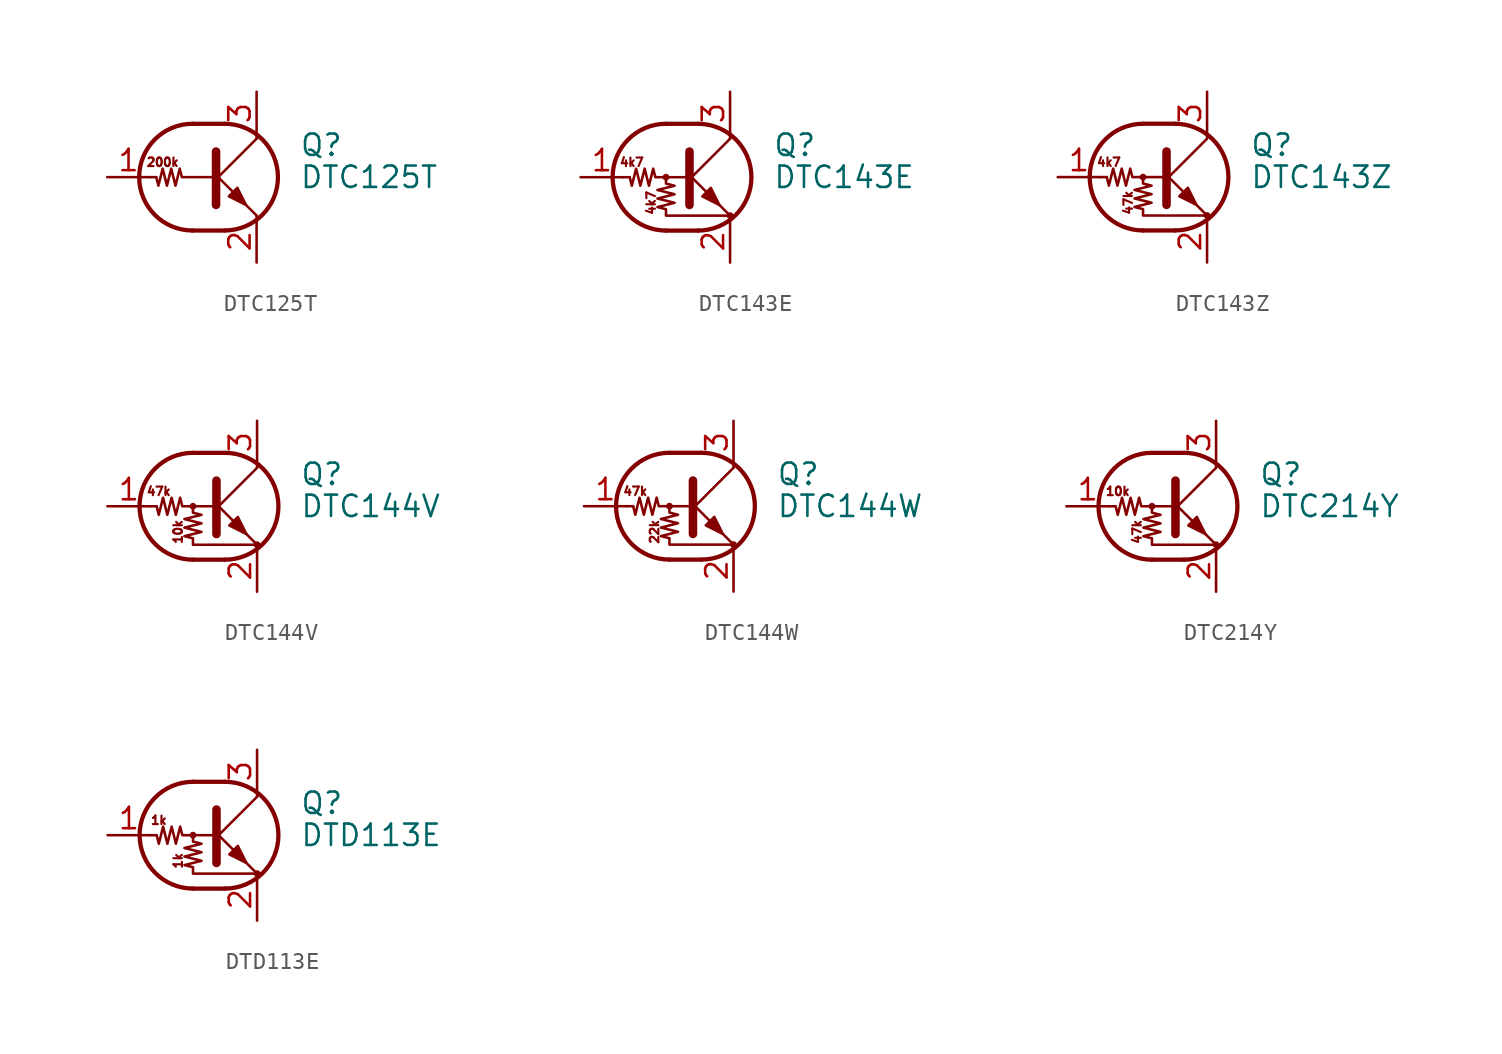
<source format=kicad_sym>
(kicad_symbol_lib
  (version 20201005)
  (generator kicad_symbol_editor)
  (symbol "DTC125T"
    (pin_names
      (offset 0) hide)
    (property "Reference" "Q"
      (at 5.08 1.905 0)
      (effects (font (size 1.27 1.27)) (justify left)))
    (property "Value" "DTC125T"
      (at 5.08 0 0)
      (effects (font (size 1.27 1.27)) (justify left)))
    (symbol "DTC125T_0_0"
      (text "200k" (at -3.048 0.889 0) (effects (font (size 0.508 0.508))))
      (polyline (pts (xy 2.54 -2.286) (xy 2.54 -2.54)) (stroke (width 0)) (fill (type none))))
    (symbol "DTC125T_0_1"
      (arc (start -1.27 3.175) (end -1.27 -3.175) (radius (at -1.27 0) (length 3.175) (angles 90.1 -90.1)) (stroke (width 0.254)) (fill (type none)))
      (arc (start 0.635 -3.175) (end 0.635 3.175) (radius (at 0.635 0) (length 3.175) (angles -89.9 89.9)) (stroke (width 0.254)) (fill (type none)))
      (polyline (pts (xy -3.429 0) (xy -3.81 0)) (stroke (width 0)) (fill (type none)))
      (polyline (pts (xy -1.27 -3.175) (xy 0.635 -3.175)) (stroke (width 0.254)) (fill (type none)))
      (polyline (pts (xy -1.27 3.175) (xy 0.635 3.175)) (stroke (width 0.254)) (fill (type none)))
      (polyline (pts (xy 0 -0.254) (xy 2.54 2.286)) (stroke (width 0)) (fill (type none)))
      (polyline (pts (xy 2.54 2.286) (xy 2.54 2.54)) (stroke (width 0)) (fill (type none)))
      (polyline (pts (xy 2.54 -2.286) (xy 0 0.254) (xy 0 0.254)) (stroke (width 0)) (fill (type none)))
      (polyline (pts (xy 0 0) (xy -1.905 0) (xy -2.032 0.508) (xy -2.286 -0.508) (xy -2.54 0.508) (xy -2.794 -0.508) (xy -3.048 0.508) (xy -3.302 -0.508) (xy -3.429 0)) (stroke (width 0)) (fill (type none)))
      (polyline (pts (xy 0.127 1.524) (xy 0.127 -1.651)) (stroke (width 0.508)) (fill (type outline)))
      (polyline (pts (xy 0.889 -1.143) (xy 1.397 -0.635) (xy 1.905 -1.651) (xy 0.889 -1.143)) (stroke (width 0)) (fill (type outline))))
    (symbol "DTC125T_1_1"
      (pin input line (at -6.35 0 0) (length 2.54) (name "B" (effects (font (size 1.27 1.27)))) (number "1" (effects (font (size 1.27 1.27)))))
      (pin passive line (at 2.54 -5.08 90) (length 2.54) (name "E" (effects (font (size 1.27 1.27)))) (number "2" (effects (font (size 1.27 1.27)))))
      (pin passive line (at 2.54 5.08 270) (length 2.54) (name "C" (effects (font (size 1.27 1.27)))) (number "3" (effects (font (size 1.27 1.27)))))))
  (symbol "DTC143E"
    (pin_names
      (offset 0) hide)
    (property "Reference" "Q"
      (at 5.08 1.905 0)
      (effects (font (size 1.27 1.27)) (justify left)))
    (property "Value" "DTC143E"
      (at 5.08 0 0)
      (effects (font (size 1.27 1.27)) (justify left)))
    (symbol "DTC143E_0_0"
      (text "4k7" (at -3.302 0.889 0) (effects (font (size 0.508 0.508))))
      (text "4k7" (at -2.159 -1.524 900) (effects (font (size 0.508 0.508)))))
    (symbol "DTC143E_0_1"
      (arc (start -1.27 3.175) (end -1.27 -3.175) (radius (at -1.27 0) (length 3.175) (angles 90.1 -90.1)) (stroke (width 0.254)) (fill (type none)))
      (arc (start 0.635 -3.175) (end 0.635 3.175) (radius (at 0.635 0) (length 3.175) (angles -89.9 89.9)) (stroke (width 0.254)) (fill (type none)))
      (circle (center -1.27 0) (radius 0.127) (stroke (width 0)) (fill (type none)))
      (circle (center 2.54 -2.286) (radius 0.127) (stroke (width 0)) (fill (type none)))
      (polyline (pts (xy -3.429 0) (xy -3.81 0)) (stroke (width 0)) (fill (type none)))
      (polyline (pts (xy -1.27 -3.175) (xy 0.635 -3.175)) (stroke (width 0.254)) (fill (type none)))
      (polyline (pts (xy -1.27 3.175) (xy 0.635 3.175)) (stroke (width 0.254)) (fill (type none)))
      (polyline (pts (xy 0 -0.254) (xy 2.54 2.286)) (stroke (width 0)) (fill (type none)))
      (polyline (pts (xy 2.54 2.286) (xy 2.54 2.54)) (stroke (width 0)) (fill (type none)))
      (polyline (pts (xy 2.54 -2.286) (xy 0 0.254) (xy 0 0.254)) (stroke (width 0)) (fill (type none)))
      (polyline (pts (xy 0 0) (xy -1.905 0) (xy -2.032 0.508) (xy -2.286 -0.508) (xy -2.54 0.508) (xy -2.794 -0.508) (xy -3.048 0.508) (xy -3.302 -0.508) (xy -3.429 0)) (stroke (width 0)) (fill (type none)))
      (polyline (pts (xy -1.27 0) (xy -1.27 -0.381) (xy -0.762 -0.508) (xy -1.778 -0.762) (xy -0.762 -1.016) (xy -1.778 -1.27) (xy -0.762 -1.524) (xy -1.778 -1.778) (xy -1.27 -1.905) (xy -1.27 -2.286) (xy 2.54 -2.286)) (stroke (width 0)) (fill (type none)))
      (polyline (pts (xy 0.127 1.524) (xy 0.127 -1.651)) (stroke (width 0.508)) (fill (type outline)))
      (polyline (pts (xy 0.889 -1.143) (xy 1.397 -0.635) (xy 1.905 -1.651) (xy 0.889 -1.143)) (stroke (width 0)) (fill (type outline))))
    (symbol "DTC143E_1_1"
      (pin input line (at -6.35 0 0) (length 2.54) (name "B" (effects (font (size 1.27 1.27)))) (number "1" (effects (font (size 1.27 1.27)))))
      (pin passive line (at 2.54 -5.08 90) (length 2.54) (name "E" (effects (font (size 1.27 1.27)))) (number "2" (effects (font (size 1.27 1.27)))))
      (pin passive line (at 2.54 5.08 270) (length 2.54) (name "C" (effects (font (size 1.27 1.27)))) (number "3" (effects (font (size 1.27 1.27)))))))
  (symbol "DTC143Z"
    (pin_names
      (offset 0) hide)
    (property "Reference" "Q"
      (at 5.08 1.905 0)
      (effects (font (size 1.27 1.27)) (justify left)))
    (property "Value" "DTC143Z"
      (at 5.08 0 0)
      (effects (font (size 1.27 1.27)) (justify left)))
    (symbol "DTC143Z_0_0"
      (text "47k" (at -2.159 -1.524 900) (effects (font (size 0.508 0.508))))
      (text "4k7" (at -3.302 0.889 0) (effects (font (size 0.508 0.508)))))
    (symbol "DTC143Z_0_1"
      (arc (start -1.27 3.175) (end -1.27 -3.175) (radius (at -1.27 0) (length 3.175) (angles 90.1 -90.1)) (stroke (width 0.254)) (fill (type none)))
      (arc (start 0.635 -3.175) (end 0.635 3.175) (radius (at 0.635 0) (length 3.175) (angles -89.9 89.9)) (stroke (width 0.254)) (fill (type none)))
      (circle (center -1.27 0) (radius 0.127) (stroke (width 0)) (fill (type none)))
      (circle (center 2.54 -2.286) (radius 0.127) (stroke (width 0)) (fill (type none)))
      (polyline (pts (xy -3.429 0) (xy -3.81 0)) (stroke (width 0)) (fill (type none)))
      (polyline (pts (xy -1.27 -3.175) (xy 0.635 -3.175)) (stroke (width 0.254)) (fill (type none)))
      (polyline (pts (xy -1.27 3.175) (xy 0.635 3.175)) (stroke (width 0.254)) (fill (type none)))
      (polyline (pts (xy 0 -0.254) (xy 2.54 2.286)) (stroke (width 0)) (fill (type none)))
      (polyline (pts (xy 2.54 2.286) (xy 2.54 2.54)) (stroke (width 0)) (fill (type none)))
      (polyline (pts (xy 2.54 -2.286) (xy 0 0.254) (xy 0 0.254)) (stroke (width 0)) (fill (type none)))
      (polyline (pts (xy 0 0) (xy -1.905 0) (xy -2.032 0.508) (xy -2.286 -0.508) (xy -2.54 0.508) (xy -2.794 -0.508) (xy -3.048 0.508) (xy -3.302 -0.508) (xy -3.429 0)) (stroke (width 0)) (fill (type none)))
      (polyline (pts (xy -1.27 0) (xy -1.27 -0.381) (xy -0.762 -0.508) (xy -1.778 -0.762) (xy -0.762 -1.016) (xy -1.778 -1.27) (xy -0.762 -1.524) (xy -1.778 -1.778) (xy -1.27 -1.905) (xy -1.27 -2.286) (xy 2.54 -2.286)) (stroke (width 0)) (fill (type none)))
      (polyline (pts (xy 0.127 1.524) (xy 0.127 -1.651)) (stroke (width 0.508)) (fill (type outline)))
      (polyline (pts (xy 0.889 -1.143) (xy 1.397 -0.635) (xy 1.905 -1.651) (xy 0.889 -1.143)) (stroke (width 0)) (fill (type outline))))
    (symbol "DTC143Z_1_1"
      (pin input line (at -6.35 0 0) (length 2.54) (name "B" (effects (font (size 1.27 1.27)))) (number "1" (effects (font (size 1.27 1.27)))))
      (pin passive line (at 2.54 -5.08 90) (length 2.54) (name "E" (effects (font (size 1.27 1.27)))) (number "2" (effects (font (size 1.27 1.27)))))
      (pin passive line (at 2.54 5.08 270) (length 2.54) (name "C" (effects (font (size 1.27 1.27)))) (number "3" (effects (font (size 1.27 1.27)))))))
  (symbol "DTC144V"
    (pin_names
      (offset 0) hide)
    (property "Reference" "Q"
      (at 5.08 1.905 0)
      (effects (font (size 1.27 1.27)) (justify left)))
    (property "Value" "DTC144V"
      (at 5.08 0 0)
      (effects (font (size 1.27 1.27)) (justify left)))
    (symbol "DTC144V_0_0"
      (text "10k" (at -2.159 -1.524 900) (effects (font (size 0.508 0.508))))
      (text "47k" (at -3.302 0.889 0) (effects (font (size 0.508 0.508)))))
    (symbol "DTC144V_0_1"
      (arc (start -1.27 3.175) (end -1.27 -3.175) (radius (at -1.27 0) (length 3.175) (angles 90.1 -90.1)) (stroke (width 0.254)) (fill (type none)))
      (arc (start 0.635 -3.175) (end 0.635 3.175) (radius (at 0.635 0) (length 3.175) (angles -89.9 89.9)) (stroke (width 0.254)) (fill (type none)))
      (circle (center -1.27 0) (radius 0.127) (stroke (width 0)) (fill (type none)))
      (circle (center 2.54 -2.286) (radius 0.127) (stroke (width 0)) (fill (type none)))
      (polyline (pts (xy -3.429 0) (xy -3.81 0)) (stroke (width 0)) (fill (type none)))
      (polyline (pts (xy -1.27 -3.175) (xy 0.635 -3.175)) (stroke (width 0.254)) (fill (type none)))
      (polyline (pts (xy -1.27 3.175) (xy 0.635 3.175)) (stroke (width 0.254)) (fill (type none)))
      (polyline (pts (xy 0 -0.254) (xy 2.54 2.286)) (stroke (width 0)) (fill (type none)))
      (polyline (pts (xy 2.54 2.286) (xy 2.54 2.54)) (stroke (width 0)) (fill (type none)))
      (polyline (pts (xy 2.54 -2.286) (xy 0 0.254) (xy 0 0.254)) (stroke (width 0)) (fill (type none)))
      (polyline (pts (xy 0 0) (xy -1.905 0) (xy -2.032 0.508) (xy -2.286 -0.508) (xy -2.54 0.508) (xy -2.794 -0.508) (xy -3.048 0.508) (xy -3.302 -0.508) (xy -3.429 0)) (stroke (width 0)) (fill (type none)))
      (polyline (pts (xy -1.27 0) (xy -1.27 -0.381) (xy -0.762 -0.508) (xy -1.778 -0.762) (xy -0.762 -1.016) (xy -1.778 -1.27) (xy -0.762 -1.524) (xy -1.778 -1.778) (xy -1.27 -1.905) (xy -1.27 -2.286) (xy 2.54 -2.286)) (stroke (width 0)) (fill (type none)))
      (polyline (pts (xy 0.127 1.524) (xy 0.127 -1.651)) (stroke (width 0.508)) (fill (type outline)))
      (polyline (pts (xy 0.889 -1.143) (xy 1.397 -0.635) (xy 1.905 -1.651) (xy 0.889 -1.143)) (stroke (width 0)) (fill (type outline))))
    (symbol "DTC144V_1_1"
      (pin input line (at -6.35 0 0) (length 2.54) (name "B" (effects (font (size 1.27 1.27)))) (number "1" (effects (font (size 1.27 1.27)))))
      (pin passive line (at 2.54 -5.08 90) (length 2.54) (name "E" (effects (font (size 1.27 1.27)))) (number "2" (effects (font (size 1.27 1.27)))))
      (pin passive line (at 2.54 5.08 270) (length 2.54) (name "C" (effects (font (size 1.27 1.27)))) (number "3" (effects (font (size 1.27 1.27)))))))
  (symbol "DTC144W"
    (pin_names
      (offset 0) hide)
    (property "Reference" "Q"
      (at 5.08 1.905 0)
      (effects (font (size 1.27 1.27)) (justify left)))
    (property "Value" "DTC144W"
      (at 5.08 0 0)
      (effects (font (size 1.27 1.27)) (justify left)))
    (symbol "DTC144W_0_0"
      (text "22k" (at -2.159 -1.524 900) (effects (font (size 0.508 0.508))))
      (text "47k" (at -3.302 0.889 0) (effects (font (size 0.508 0.508)))))
    (symbol "DTC144W_0_1"
      (arc (start -1.27 3.175) (end -1.27 -3.175) (radius (at -1.27 0) (length 3.175) (angles 90.1 -90.1)) (stroke (width 0.254)) (fill (type none)))
      (arc (start 0.635 -3.175) (end 0.635 3.175) (radius (at 0.635 0) (length 3.175) (angles -89.9 89.9)) (stroke (width 0.254)) (fill (type none)))
      (circle (center -1.27 0) (radius 0.127) (stroke (width 0)) (fill (type none)))
      (circle (center 2.54 -2.286) (radius 0.127) (stroke (width 0)) (fill (type none)))
      (polyline (pts (xy -3.429 0) (xy -3.81 0)) (stroke (width 0)) (fill (type none)))
      (polyline (pts (xy -1.27 -3.175) (xy 0.635 -3.175)) (stroke (width 0.254)) (fill (type none)))
      (polyline (pts (xy -1.27 3.175) (xy 0.635 3.175)) (stroke (width 0.254)) (fill (type none)))
      (polyline (pts (xy 0 -0.254) (xy 2.54 2.286)) (stroke (width 0)) (fill (type none)))
      (polyline (pts (xy 2.54 2.286) (xy 2.54 2.54)) (stroke (width 0)) (fill (type none)))
      (polyline (pts (xy 2.54 -2.286) (xy 0 0.254) (xy 0 0.254)) (stroke (width 0)) (fill (type none)))
      (polyline (pts (xy 0 0) (xy -1.905 0) (xy -2.032 0.508) (xy -2.286 -0.508) (xy -2.54 0.508) (xy -2.794 -0.508) (xy -3.048 0.508) (xy -3.302 -0.508) (xy -3.429 0)) (stroke (width 0)) (fill (type none)))
      (polyline (pts (xy -1.27 0) (xy -1.27 -0.381) (xy -0.762 -0.508) (xy -1.778 -0.762) (xy -0.762 -1.016) (xy -1.778 -1.27) (xy -0.762 -1.524) (xy -1.778 -1.778) (xy -1.27 -1.905) (xy -1.27 -2.286) (xy 2.54 -2.286)) (stroke (width 0)) (fill (type none)))
      (polyline (pts (xy 0.127 1.524) (xy 0.127 -1.651)) (stroke (width 0.508)) (fill (type outline)))
      (polyline (pts (xy 0.889 -1.143) (xy 1.397 -0.635) (xy 1.905 -1.651) (xy 0.889 -1.143)) (stroke (width 0)) (fill (type outline))))
    (symbol "DTC144W_1_1"
      (pin input line (at -6.35 0 0) (length 2.54) (name "B" (effects (font (size 1.27 1.27)))) (number "1" (effects (font (size 1.27 1.27)))))
      (pin passive line (at 2.54 -5.08 90) (length 2.54) (name "E" (effects (font (size 1.27 1.27)))) (number "2" (effects (font (size 1.27 1.27)))))
      (pin passive line (at 2.54 5.08 270) (length 2.54) (name "C" (effects (font (size 1.27 1.27)))) (number "3" (effects (font (size 1.27 1.27)))))))
  (symbol "DTC214Y"
    (pin_names
      (offset 0) hide)
    (property "Reference" "Q"
      (at 5.08 1.905 0)
      (effects (font (size 1.27 1.27)) (justify left)))
    (property "Value" "DTC214Y"
      (at 5.08 0 0)
      (effects (font (size 1.27 1.27)) (justify left)))
    (symbol "DTC214Y_0_0"
      (text "10k" (at -3.302 0.889 0) (effects (font (size 0.508 0.508))))
      (text "47k" (at -2.159 -1.524 900) (effects (font (size 0.508 0.508)))))
    (symbol "DTC214Y_0_1"
      (arc (start -1.27 3.175) (end -1.27 -3.175) (radius (at -1.27 0) (length 3.175) (angles 90.1 -90.1)) (stroke (width 0.254)) (fill (type none)))
      (arc (start 0.635 -3.175) (end 0.635 3.175) (radius (at 0.635 0) (length 3.175) (angles -89.9 89.9)) (stroke (width 0.254)) (fill (type none)))
      (circle (center -1.27 0) (radius 0.127) (stroke (width 0)) (fill (type none)))
      (circle (center 2.54 -2.286) (radius 0.127) (stroke (width 0)) (fill (type none)))
      (polyline (pts (xy -3.429 0) (xy -3.81 0)) (stroke (width 0)) (fill (type none)))
      (polyline (pts (xy -1.27 -3.175) (xy 0.635 -3.175)) (stroke (width 0.254)) (fill (type none)))
      (polyline (pts (xy -1.27 3.175) (xy 0.635 3.175)) (stroke (width 0.254)) (fill (type none)))
      (polyline (pts (xy 0 -0.254) (xy 2.54 2.286)) (stroke (width 0)) (fill (type none)))
      (polyline (pts (xy 2.54 2.286) (xy 2.54 2.54)) (stroke (width 0)) (fill (type none)))
      (polyline (pts (xy 2.54 -2.286) (xy 0 0.254) (xy 0 0.254)) (stroke (width 0)) (fill (type none)))
      (polyline (pts (xy 0 0) (xy -1.905 0) (xy -2.032 0.508) (xy -2.286 -0.508) (xy -2.54 0.508) (xy -2.794 -0.508) (xy -3.048 0.508) (xy -3.302 -0.508) (xy -3.429 0)) (stroke (width 0)) (fill (type none)))
      (polyline (pts (xy -1.27 0) (xy -1.27 -0.381) (xy -0.762 -0.508) (xy -1.778 -0.762) (xy -0.762 -1.016) (xy -1.778 -1.27) (xy -0.762 -1.524) (xy -1.778 -1.778) (xy -1.27 -1.905) (xy -1.27 -2.286) (xy 2.54 -2.286)) (stroke (width 0)) (fill (type none)))
      (polyline (pts (xy 0.127 1.524) (xy 0.127 -1.651)) (stroke (width 0.508)) (fill (type outline)))
      (polyline (pts (xy 0.889 -1.143) (xy 1.397 -0.635) (xy 1.905 -1.651) (xy 0.889 -1.143)) (stroke (width 0)) (fill (type outline))))
    (symbol "DTC214Y_1_1"
      (pin input line (at -6.35 0 0) (length 2.54) (name "B" (effects (font (size 1.27 1.27)))) (number "1" (effects (font (size 1.27 1.27)))))
      (pin passive line (at 2.54 -5.08 90) (length 2.54) (name "E" (effects (font (size 1.27 1.27)))) (number "2" (effects (font (size 1.27 1.27)))))
      (pin passive line (at 2.54 5.08 270) (length 2.54) (name "C" (effects (font (size 1.27 1.27)))) (number "3" (effects (font (size 1.27 1.27)))))))
  (symbol "DTD113E"
    (pin_names
      (offset 0) hide)
    (property "Reference" "Q"
      (at 5.08 1.905 0)
      (effects (font (size 1.27 1.27)) (justify left)))
    (property "Value" "DTD113E"
      (at 5.08 0 0)
      (effects (font (size 1.27 1.27)) (justify left)))
    (symbol "DTD113E_0_0"
      (text "1k" (at -3.302 0.889 0) (effects (font (size 0.508 0.508))))
      (text "1k" (at -2.159 -1.524 900) (effects (font (size 0.508 0.508)))))
    (symbol "DTD113E_0_1"
      (arc (start -1.27 3.175) (end -1.27 -3.175) (radius (at -1.27 0) (length 3.175) (angles 90.1 -90.1)) (stroke (width 0.254)) (fill (type none)))
      (arc (start 0.635 -3.175) (end 0.635 3.175) (radius (at 0.635 0) (length 3.175) (angles -89.9 89.9)) (stroke (width 0.254)) (fill (type none)))
      (circle (center -1.27 0) (radius 0.127) (stroke (width 0)) (fill (type none)))
      (circle (center 2.54 -2.286) (radius 0.127) (stroke (width 0)) (fill (type none)))
      (polyline (pts (xy -3.429 0) (xy -3.81 0)) (stroke (width 0)) (fill (type none)))
      (polyline (pts (xy -1.27 -3.175) (xy 0.635 -3.175)) (stroke (width 0.254)) (fill (type none)))
      (polyline (pts (xy -1.27 3.175) (xy 0.635 3.175)) (stroke (width 0.254)) (fill (type none)))
      (polyline (pts (xy 0 -0.254) (xy 2.54 2.286)) (stroke (width 0)) (fill (type none)))
      (polyline (pts (xy 2.54 2.286) (xy 2.54 2.54)) (stroke (width 0)) (fill (type none)))
      (polyline (pts (xy 2.54 -2.286) (xy 0 0.254) (xy 0 0.254)) (stroke (width 0)) (fill (type none)))
      (polyline (pts (xy 0 0) (xy -1.905 0) (xy -2.032 0.508) (xy -2.286 -0.508) (xy -2.54 0.508) (xy -2.794 -0.508) (xy -3.048 0.508) (xy -3.302 -0.508) (xy -3.429 0)) (stroke (width 0)) (fill (type none)))
      (polyline (pts (xy -1.27 0) (xy -1.27 -0.381) (xy -0.762 -0.508) (xy -1.778 -0.762) (xy -0.762 -1.016) (xy -1.778 -1.27) (xy -0.762 -1.524) (xy -1.778 -1.778) (xy -1.27 -1.905) (xy -1.27 -2.286) (xy 2.54 -2.286)) (stroke (width 0)) (fill (type none)))
      (polyline (pts (xy 0.127 1.524) (xy 0.127 -1.651)) (stroke (width 0.508)) (fill (type outline)))
      (polyline (pts (xy 0.889 -1.143) (xy 1.397 -0.635) (xy 1.905 -1.651) (xy 0.889 -1.143)) (stroke (width 0)) (fill (type outline))))
    (symbol "DTD113E_1_1"
      (pin input line (at -6.35 0 0) (length 2.54) (name "B" (effects (font (size 1.27 1.27)))) (number "1" (effects (font (size 1.27 1.27)))))
      (pin passive line (at 2.54 -5.08 90) (length 2.54) (name "E" (effects (font (size 1.27 1.27)))) (number "2" (effects (font (size 1.27 1.27)))))
      (pin passive line (at 2.54 5.08 270) (length 2.54) (name "C" (effects (font (size 1.27 1.27)))) (number "3" (effects (font (size 1.27 1.27))))))))
</source>
